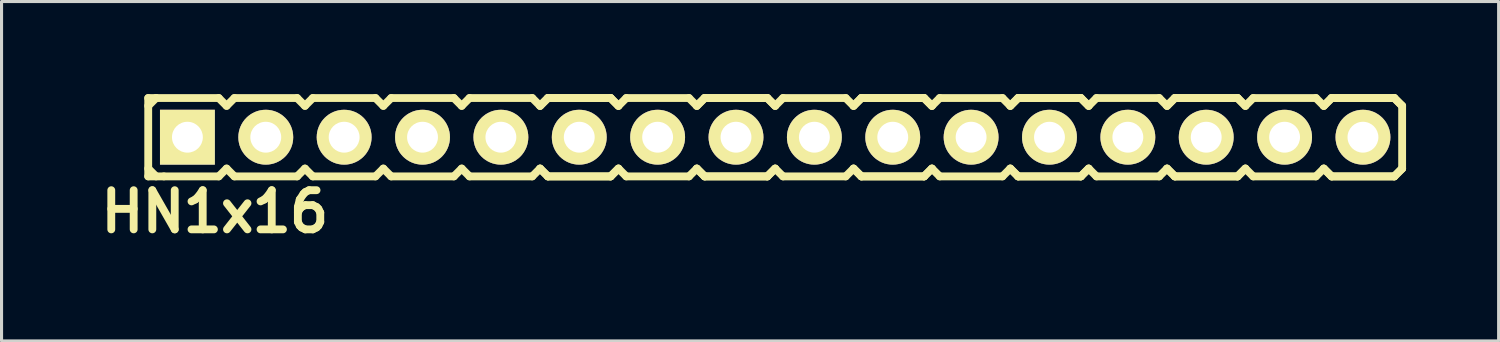
<source format=kicad_pcb>
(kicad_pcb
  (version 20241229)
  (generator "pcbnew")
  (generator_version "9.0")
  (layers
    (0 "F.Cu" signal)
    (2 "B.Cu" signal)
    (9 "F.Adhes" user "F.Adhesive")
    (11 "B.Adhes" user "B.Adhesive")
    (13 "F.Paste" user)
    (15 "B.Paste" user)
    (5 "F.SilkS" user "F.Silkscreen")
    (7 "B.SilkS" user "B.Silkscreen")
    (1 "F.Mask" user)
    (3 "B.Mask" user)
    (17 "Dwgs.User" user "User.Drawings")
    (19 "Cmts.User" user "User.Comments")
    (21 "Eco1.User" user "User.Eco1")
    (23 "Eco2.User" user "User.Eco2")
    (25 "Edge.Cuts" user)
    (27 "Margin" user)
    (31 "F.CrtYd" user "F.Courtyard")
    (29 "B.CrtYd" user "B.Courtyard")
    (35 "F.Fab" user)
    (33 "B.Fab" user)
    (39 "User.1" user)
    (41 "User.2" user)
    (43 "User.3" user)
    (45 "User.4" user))
  (footprint "HN1x16"
    (layer "F.Cu")
    (at 22.074 1.397)
    (property "Reference" "HN1x16" (at -18.161 2.413 0) (layer "F.SilkS") (effects (font (size 1.27 1.27) (thickness 0.254))))
    (attr smd)
    (fp_line (start -20.32 -1.27) (end -20.32 1.27) (stroke (width 0.254) (type solid)) (layer "F.SilkS"))
    (fp_line (start -20.32 -1.27) (end -20.066 -1.27) (stroke (width 0.254) (type solid)) (layer "F.SilkS"))
    (fp_line (start -20.32 -1.016) (end -20.066 -1.27) (stroke (width 0.254) (type solid)) (layer "F.SilkS"))
    (fp_line (start -20.066 -1.27) (end -18.034 -1.27) (stroke (width 0.254) (type solid)) (layer "F.SilkS"))
    (fp_line (start -20.066 1.27) (end -20.32 1.016) (stroke (width 0.254) (type solid)) (layer "F.SilkS"))
    (fp_line (start -19.812 1.27) (end -20.32 1.27) (stroke (width 0.254) (type solid)) (layer "F.SilkS"))
    (fp_line (start -18.034 -1.27) (end -17.78 -1.016) (stroke (width 0.254) (type solid)) (layer "F.SilkS"))
    (fp_line (start -18.034 1.27) (end -19.812 1.27) (stroke (width 0.254) (type solid)) (layer "F.SilkS"))
    (fp_line (start -17.78 -1.016) (end -17.526 -1.27) (stroke (width 0.254) (type solid)) (layer "F.SilkS"))
    (fp_line (start -17.78 1.016) (end -18.034 1.27) (stroke (width 0.254) (type solid)) (layer "F.SilkS"))
    (fp_line (start -17.526 -1.27) (end -15.494 -1.27) (stroke (width 0.254) (type solid)) (layer "F.SilkS"))
    (fp_line (start -17.526 1.27) (end -17.78 1.016) (stroke (width 0.254) (type solid)) (layer "F.SilkS"))
    (fp_line (start -15.494 -1.27) (end -15.24 -1.016) (stroke (width 0.254) (type solid)) (layer "F.SilkS"))
    (fp_line (start -15.494 1.27) (end -17.526 1.27) (stroke (width 0.254) (type solid)) (layer "F.SilkS"))
    (fp_line (start -15.494 1.27) (end -15.24 1.016) (stroke (width 0.254) (type solid)) (layer "F.SilkS"))
    (fp_line (start -15.24 -1.016) (end -14.986 -1.27) (stroke (width 0.254) (type solid)) (layer "F.SilkS"))
    (fp_line (start -15.24 1.016) (end -14.986 1.27) (stroke (width 0.254) (type solid)) (layer "F.SilkS"))
    (fp_line (start -14.986 -1.27) (end -12.954 -1.27) (stroke (width 0.254) (type solid)) (layer "F.SilkS"))
    (fp_line (start -12.954 -1.27) (end -12.7 -1.016) (stroke (width 0.254) (type solid)) (layer "F.SilkS"))
    (fp_line (start -12.954 1.27) (end -14.986 1.27) (stroke (width 0.254) (type solid)) (layer "F.SilkS"))
    (fp_line (start -12.7 -1.016) (end -12.446 -1.27) (stroke (width 0.254) (type solid)) (layer "F.SilkS"))
    (fp_line (start -12.7 1.016) (end -12.954 1.27) (stroke (width 0.254) (type solid)) (layer "F.SilkS"))
    (fp_line (start -12.446 -1.27) (end -10.414 -1.27) (stroke (width 0.254) (type solid)) (layer "F.SilkS"))
    (fp_line (start -12.446 1.27) (end -12.7 1.016) (stroke (width 0.254) (type solid)) (layer "F.SilkS"))
    (fp_line (start -10.414 -1.27) (end -10.16 -1.016) (stroke (width 0.254) (type solid)) (layer "F.SilkS"))
    (fp_line (start -10.414 1.27) (end -12.446 1.27) (stroke (width 0.254) (type solid)) (layer "F.SilkS"))
    (fp_line (start -10.16 -1.016) (end -9.906 -1.27) (stroke (width 0.254) (type solid)) (layer "F.SilkS"))
    (fp_line (start -10.16 1.016) (end -10.414 1.27) (stroke (width 0.254) (type solid)) (layer "F.SilkS"))
    (fp_line (start -9.906 -1.27) (end -7.874 -1.27) (stroke (width 0.254) (type solid)) (layer "F.SilkS"))
    (fp_line (start -9.906 1.27) (end -10.16 1.016) (stroke (width 0.254) (type solid)) (layer "F.SilkS"))
    (fp_line (start -7.874 -1.27) (end -7.62 -1.016) (stroke (width 0.254) (type solid)) (layer "F.SilkS"))
    (fp_line (start -7.874 1.27) (end -9.906 1.27) (stroke (width 0.254) (type solid)) (layer "F.SilkS"))
    (fp_line (start -7.62 -1.016) (end -7.366 -1.27) (stroke (width 0.254) (type solid)) (layer "F.SilkS"))
    (fp_line (start -7.62 -1.016) (end -7.366 -1.27) (stroke (width 0.254) (type solid)) (layer "F.SilkS"))
    (fp_line (start -7.62 1.016) (end -7.874 1.27) (stroke (width 0.254) (type solid)) (layer "F.SilkS"))
    (fp_line (start -7.366 -1.27) (end -5.334 -1.27) (stroke (width 0.254) (type solid)) (layer "F.SilkS"))
    (fp_line (start -7.366 -1.27) (end -5.334 -1.27) (stroke (width 0.254) (type solid)) (layer "F.SilkS"))
    (fp_line (start -7.366 1.27) (end -7.62 1.016) (stroke (width 0.254) (type solid)) (layer "F.SilkS"))
    (fp_line (start -7.366 1.27) (end -7.62 1.016) (stroke (width 0.254) (type solid)) (layer "F.SilkS"))
    (fp_line (start -5.334 -1.27) (end -5.08 -1.016) (stroke (width 0.254) (type solid)) (layer "F.SilkS"))
    (fp_line (start -5.334 -1.27) (end -5.08 -1.016) (stroke (width 0.254) (type solid)) (layer "F.SilkS"))
    (fp_line (start -5.334 1.27) (end -7.366 1.27) (stroke (width 0.254) (type solid)) (layer "F.SilkS"))
    (fp_line (start -5.334 1.27) (end -7.366 1.27) (stroke (width 0.254) (type solid)) (layer "F.SilkS"))
    (fp_line (start -5.08 -1.016) (end -4.826 -1.27) (stroke (width 0.254) (type solid)) (layer "F.SilkS"))
    (fp_line (start -5.08 1.016) (end -5.334 1.27) (stroke (width 0.254) (type solid)) (layer "F.SilkS"))
    (fp_line (start -5.08 1.016) (end -5.334 1.27) (stroke (width 0.254) (type solid)) (layer "F.SilkS"))
    (fp_line (start -4.826 -1.27) (end -2.794 -1.27) (stroke (width 0.254) (type solid)) (layer "F.SilkS"))
    (fp_line (start -4.826 1.27) (end -5.08 1.016) (stroke (width 0.254) (type solid)) (layer "F.SilkS"))
    (fp_line (start -2.794 -1.27) (end -2.54 -1.016) (stroke (width 0.254) (type solid)) (layer "F.SilkS"))
    (fp_line (start -2.794 1.27) (end -4.826 1.27) (stroke (width 0.254) (type solid)) (layer "F.SilkS"))
    (fp_line (start -2.54 -1.016) (end -2.286 -1.27) (stroke (width 0.254) (type solid)) (layer "F.SilkS"))
    (fp_line (start -2.54 -1.016) (end -2.286 -1.27) (stroke (width 0.254) (type solid)) (layer "F.SilkS"))
    (fp_line (start -2.54 1.016) (end -2.794 1.27) (stroke (width 0.254) (type solid)) (layer "F.SilkS"))
    (fp_line (start -2.286 -1.27) (end -0.254 -1.27) (stroke (width 0.254) (type solid)) (layer "F.SilkS"))
    (fp_line (start -2.286 -1.27) (end -0.254 -1.27) (stroke (width 0.254) (type solid)) (layer "F.SilkS"))
    (fp_line (start -2.286 1.27) (end -2.54 1.016) (stroke (width 0.254) (type solid)) (layer "F.SilkS"))
    (fp_line (start -2.286 1.27) (end -2.54 1.016) (stroke (width 0.254) (type solid)) (layer "F.SilkS"))
    (fp_line (start -0.254 -1.27) (end 0 -1.016) (stroke (width 0.254) (type solid)) (layer "F.SilkS"))
    (fp_line (start -0.254 -1.27) (end 0 -1.016) (stroke (width 0.254) (type solid)) (layer "F.SilkS"))
    (fp_line (start -0.254 1.27) (end -2.286 1.27) (stroke (width 0.254) (type solid)) (layer "F.SilkS"))
    (fp_line (start -0.254 1.27) (end -2.286 1.27) (stroke (width 0.254) (type solid)) (layer "F.SilkS"))
    (fp_line (start 0 -1.016) (end 0.254 -1.27) (stroke (width 0.254) (type solid)) (layer "F.SilkS"))
    (fp_line (start 0 1.016) (end -0.254 1.27) (stroke (width 0.254) (type solid)) (layer "F.SilkS"))
    (fp_line (start 0 1.016) (end -0.254 1.27) (stroke (width 0.254) (type solid)) (layer "F.SilkS"))
    (fp_line (start 0.254 -1.27) (end 2.286 -1.27) (stroke (width 0.254) (type solid)) (layer "F.SilkS"))
    (fp_line (start 0.254 1.27) (end 0 1.016) (stroke (width 0.254) (type solid)) (layer "F.SilkS"))
    (fp_line (start 2.286 -1.27) (end 2.54 -1.016) (stroke (width 0.254) (type solid)) (layer "F.SilkS"))
    (fp_line (start 2.286 1.27) (end 0.254 1.27) (stroke (width 0.254) (type solid)) (layer "F.SilkS"))
    (fp_line (start 2.54 -1.016) (end 2.794 -1.27) (stroke (width 0.254) (type solid)) (layer "F.SilkS"))
    (fp_line (start 2.54 -1.016) (end 2.794 -1.27) (stroke (width 0.254) (type solid)) (layer "F.SilkS"))
    (fp_line (start 2.54 1.016) (end 2.286 1.27) (stroke (width 0.254) (type solid)) (layer "F.SilkS"))
    (fp_line (start 2.794 -1.27) (end 4.826 -1.27) (stroke (width 0.254) (type solid)) (layer "F.SilkS"))
    (fp_line (start 2.794 -1.27) (end 4.826 -1.27) (stroke (width 0.254) (type solid)) (layer "F.SilkS"))
    (fp_line (start 2.794 1.27) (end 2.54 1.016) (stroke (width 0.254) (type solid)) (layer "F.SilkS"))
    (fp_line (start 2.794 1.27) (end 2.54 1.016) (stroke (width 0.254) (type solid)) (layer "F.SilkS"))
    (fp_line (start 4.826 -1.27) (end 5.08 -1.016) (stroke (width 0.254) (type solid)) (layer "F.SilkS"))
    (fp_line (start 4.826 -1.27) (end 5.08 -1.016) (stroke (width 0.254) (type solid)) (layer "F.SilkS"))
    (fp_line (start 4.826 1.27) (end 2.794 1.27) (stroke (width 0.254) (type solid)) (layer "F.SilkS"))
    (fp_line (start 4.826 1.27) (end 2.794 1.27) (stroke (width 0.254) (type solid)) (layer "F.SilkS"))
    (fp_line (start 5.08 -1.016) (end 5.334 -1.27) (stroke (width 0.254) (type solid)) (layer "F.SilkS"))
    (fp_line (start 5.08 1.016) (end 4.826 1.27) (stroke (width 0.254) (type solid)) (layer "F.SilkS"))
    (fp_line (start 5.08 1.016) (end 4.826 1.27) (stroke (width 0.254) (type solid)) (layer "F.SilkS"))
    (fp_line (start 5.334 -1.27) (end 7.366 -1.27) (stroke (width 0.254) (type solid)) (layer "F.SilkS"))
    (fp_line (start 5.334 1.27) (end 5.08 1.016) (stroke (width 0.254) (type solid)) (layer "F.SilkS"))
    (fp_line (start 7.366 -1.27) (end 7.62 -1.016) (stroke (width 0.254) (type solid)) (layer "F.SilkS"))
    (fp_line (start 7.366 1.27) (end 5.334 1.27) (stroke (width 0.254) (type solid)) (layer "F.SilkS"))
    (fp_line (start 7.62 -1.016) (end 7.874 -1.27) (stroke (width 0.254) (type solid)) (layer "F.SilkS"))
    (fp_line (start 7.62 -1.016) (end 7.874 -1.27) (stroke (width 0.254) (type solid)) (layer "F.SilkS"))
    (fp_line (start 7.62 1.016) (end 7.366 1.27) (stroke (width 0.254) (type solid)) (layer "F.SilkS"))
    (fp_line (start 7.874 -1.27) (end 9.906 -1.27) (stroke (width 0.254) (type solid)) (layer "F.SilkS"))
    (fp_line (start 7.874 -1.27) (end 9.906 -1.27) (stroke (width 0.254) (type solid)) (layer "F.SilkS"))
    (fp_line (start 7.874 1.27) (end 7.62 1.016) (stroke (width 0.254) (type solid)) (layer "F.SilkS"))
    (fp_line (start 7.874 1.27) (end 7.62 1.016) (stroke (width 0.254) (type solid)) (layer "F.SilkS"))
    (fp_line (start 9.906 -1.27) (end 10.16 -1.016) (stroke (width 0.254) (type solid)) (layer "F.SilkS"))
    (fp_line (start 9.906 -1.27) (end 10.16 -1.016) (stroke (width 0.254) (type solid)) (layer "F.SilkS"))
    (fp_line (start 9.906 1.27) (end 7.874 1.27) (stroke (width 0.254) (type solid)) (layer "F.SilkS"))
    (fp_line (start 9.906 1.27) (end 7.874 1.27) (stroke (width 0.254) (type solid)) (layer "F.SilkS"))
    (fp_line (start 10.16 -1.016) (end 10.414 -1.27) (stroke (width 0.254) (type solid)) (layer "F.SilkS"))
    (fp_line (start 10.16 1.016) (end 9.906 1.27) (stroke (width 0.254) (type solid)) (layer "F.SilkS"))
    (fp_line (start 10.16 1.016) (end 9.906 1.27) (stroke (width 0.254) (type solid)) (layer "F.SilkS"))
    (fp_line (start 10.414 -1.27) (end 12.446 -1.27) (stroke (width 0.254) (type solid)) (layer "F.SilkS"))
    (fp_line (start 10.414 1.27) (end 10.16 1.016) (stroke (width 0.254) (type solid)) (layer "F.SilkS"))
    (fp_line (start 12.446 -1.27) (end 12.7 -1.016) (stroke (width 0.254) (type solid)) (layer "F.SilkS"))
    (fp_line (start 12.446 1.27) (end 10.414 1.27) (stroke (width 0.254) (type solid)) (layer "F.SilkS"))
    (fp_line (start 12.7 -1.016) (end 12.954 -1.27) (stroke (width 0.254) (type solid)) (layer "F.SilkS"))
    (fp_line (start 12.7 -1.016) (end 12.954 -1.27) (stroke (width 0.254) (type solid)) (layer "F.SilkS"))
    (fp_line (start 12.7 1.016) (end 12.446 1.27) (stroke (width 0.254) (type solid)) (layer "F.SilkS"))
    (fp_line (start 12.954 -1.27) (end 14.986 -1.27) (stroke (width 0.254) (type solid)) (layer "F.SilkS"))
    (fp_line (start 12.954 -1.27) (end 14.986 -1.27) (stroke (width 0.254) (type solid)) (layer "F.SilkS"))
    (fp_line (start 12.954 1.27) (end 12.7 1.016) (stroke (width 0.254) (type solid)) (layer "F.SilkS"))
    (fp_line (start 12.954 1.27) (end 12.7 1.016) (stroke (width 0.254) (type solid)) (layer "F.SilkS"))
    (fp_line (start 14.986 -1.27) (end 15.24 -1.016) (stroke (width 0.254) (type solid)) (layer "F.SilkS"))
    (fp_line (start 14.986 -1.27) (end 15.24 -1.016) (stroke (width 0.254) (type solid)) (layer "F.SilkS"))
    (fp_line (start 14.986 1.27) (end 12.954 1.27) (stroke (width 0.254) (type solid)) (layer "F.SilkS"))
    (fp_line (start 14.986 1.27) (end 12.954 1.27) (stroke (width 0.254) (type solid)) (layer "F.SilkS"))
    (fp_line (start 15.24 -1.016) (end 15.494 -1.27) (stroke (width 0.254) (type solid)) (layer "F.SilkS"))
    (fp_line (start 15.24 1.016) (end 14.986 1.27) (stroke (width 0.254) (type solid)) (layer "F.SilkS"))
    (fp_line (start 15.24 1.016) (end 14.986 1.27) (stroke (width 0.254) (type solid)) (layer "F.SilkS"))
    (fp_line (start 15.494 -1.27) (end 17.526 -1.27) (stroke (width 0.254) (type solid)) (layer "F.SilkS"))
    (fp_line (start 15.494 1.27) (end 15.24 1.016) (stroke (width 0.254) (type solid)) (layer "F.SilkS"))
    (fp_line (start 17.526 -1.27) (end 17.78 -1.016) (stroke (width 0.254) (type solid)) (layer "F.SilkS"))
    (fp_line (start 17.526 1.27) (end 15.494 1.27) (stroke (width 0.254) (type solid)) (layer "F.SilkS"))
    (fp_line (start 17.78 -1.016) (end 18.034 -1.27) (stroke (width 0.254) (type solid)) (layer "F.SilkS"))
    (fp_line (start 17.78 -1.016) (end 18.034 -1.27) (stroke (width 0.254) (type solid)) (layer "F.SilkS"))
    (fp_line (start 17.78 1.016) (end 17.526 1.27) (stroke (width 0.254) (type solid)) (layer "F.SilkS"))
    (fp_line (start 18.034 -1.27) (end 20.066 -1.27) (stroke (width 0.254) (type solid)) (layer "F.SilkS"))
    (fp_line (start 18.034 -1.27) (end 20.066 -1.27) (stroke (width 0.254) (type solid)) (layer "F.SilkS"))
    (fp_line (start 18.034 1.27) (end 17.78 1.016) (stroke (width 0.254) (type solid)) (layer "F.SilkS"))
    (fp_line (start 18.034 1.27) (end 17.78 1.016) (stroke (width 0.254) (type solid)) (layer "F.SilkS"))
    (fp_line (start 20.066 -1.27) (end 20.32 -1.016) (stroke (width 0.254) (type solid)) (layer "F.SilkS"))
    (fp_line (start 20.066 -1.27) (end 20.32 -1.016) (stroke (width 0.254) (type solid)) (layer "F.SilkS"))
    (fp_line (start 20.066 1.27) (end 18.034 1.27) (stroke (width 0.254) (type solid)) (layer "F.SilkS"))
    (fp_line (start 20.066 1.27) (end 18.034 1.27) (stroke (width 0.254) (type solid)) (layer "F.SilkS"))
    (fp_line (start 20.32 -1.016) (end 20.32 1.016) (stroke (width 0.254) (type solid)) (layer "F.SilkS"))
    (fp_line (start 20.32 1.016) (end 20.066 1.27) (stroke (width 0.254) (type solid)) (layer "F.SilkS"))
    (fp_line (start 20.32 1.016) (end 20.066 1.27) (stroke (width 0.254) (type solid)) (layer "F.SilkS"))
    (pad "1" thru_hole rect (at -19.05 0) (size 1.778 1.778) (drill 1) (layers "*.Cu" "*.Mask" "F.SilkS" "B.Adhes"))
    (pad "2" thru_hole circle (at -16.51 0) (size 1.778 1.778) (drill 1) (layers "*.Cu" "*.Mask" "F.SilkS" "B.Adhes"))
    (pad "3" thru_hole circle (at -13.97 0) (size 1.778 1.778) (drill 1) (layers "*.Cu" "*.Mask" "F.SilkS" "B.Adhes"))
    (pad "4" thru_hole circle (at -11.43 0) (size 1.778 1.778) (drill 1) (layers "*.Cu" "*.Mask" "F.SilkS" "B.Adhes"))
    (pad "5" thru_hole circle (at -8.89 0) (size 1.778 1.778) (drill 1) (layers "*.Cu" "*.Mask" "F.SilkS" "B.Adhes"))
    (pad "6" thru_hole circle (at -6.35 0) (size 1.778 1.778) (drill 1) (layers "*.Cu" "*.Mask" "F.SilkS" "B.Adhes"))
    (pad "7" thru_hole circle (at -3.81 0) (size 1.778 1.778) (drill 1) (layers "*.Cu" "*.Mask" "F.SilkS" "B.Adhes"))
    (pad "8" thru_hole circle (at -1.27 0) (size 1.778 1.778) (drill 1) (layers "*.Cu" "*.Mask" "F.SilkS" "B.Adhes"))
    (pad "9" thru_hole circle (at 1.27 0) (size 1.778 1.778) (drill 1) (layers "*.Cu" "*.Mask" "F.SilkS" "B.Adhes"))
    (pad "10" thru_hole circle (at 3.81 0) (size 1.778 1.778) (drill 1) (layers "*.Cu" "*.Mask" "F.SilkS" "B.Adhes"))
    (pad "11" thru_hole circle (at 6.35 0) (size 1.778 1.778) (drill 1) (layers "*.Cu" "*.Mask" "F.SilkS" "B.Adhes"))
    (pad "12" thru_hole circle (at 8.89 0) (size 1.778 1.778) (drill 1) (layers "*.Cu" "*.Mask" "F.SilkS" "B.Adhes"))
    (pad "13" thru_hole circle (at 11.43 0) (size 1.778 1.778) (drill 1) (layers "*.Cu" "*.Mask" "F.SilkS" "B.Adhes"))
    (pad "14" thru_hole circle (at 13.97 0) (size 1.778 1.778) (drill 1) (layers "*.Cu" "*.Mask" "F.SilkS" "B.Adhes"))
    (pad "15" thru_hole circle (at 16.51 0) (size 1.778 1.778) (drill 1) (layers "*.Cu" "*.Mask" "F.SilkS" "B.Adhes"))
    (pad "16" thru_hole circle (at 19.05 0) (size 1.778 1.778) (drill 1) (layers "*.Cu" "*.Mask" "F.SilkS" "B.Adhes")))
  (gr_rect
    (start -3 -3)
    (end 45.521 7.999)
    (stroke (width 0.1) (type default))
    (fill no)
    (layer "Edge.Cuts")))
</source>
